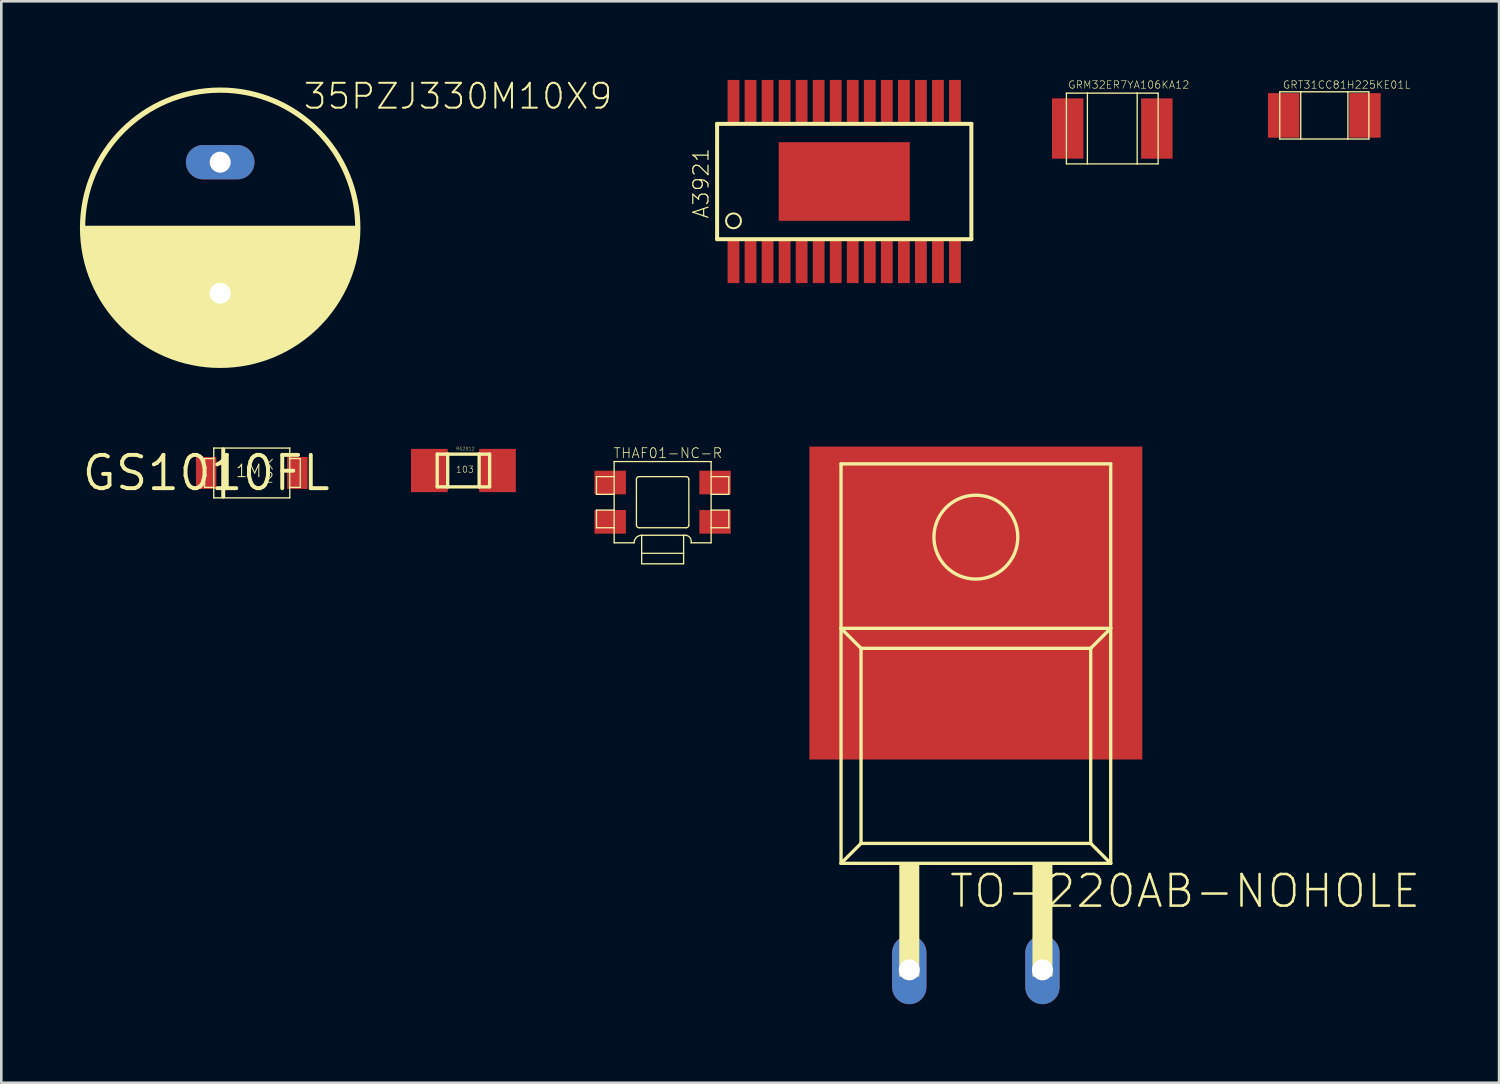
<source format=kicad_pcb>
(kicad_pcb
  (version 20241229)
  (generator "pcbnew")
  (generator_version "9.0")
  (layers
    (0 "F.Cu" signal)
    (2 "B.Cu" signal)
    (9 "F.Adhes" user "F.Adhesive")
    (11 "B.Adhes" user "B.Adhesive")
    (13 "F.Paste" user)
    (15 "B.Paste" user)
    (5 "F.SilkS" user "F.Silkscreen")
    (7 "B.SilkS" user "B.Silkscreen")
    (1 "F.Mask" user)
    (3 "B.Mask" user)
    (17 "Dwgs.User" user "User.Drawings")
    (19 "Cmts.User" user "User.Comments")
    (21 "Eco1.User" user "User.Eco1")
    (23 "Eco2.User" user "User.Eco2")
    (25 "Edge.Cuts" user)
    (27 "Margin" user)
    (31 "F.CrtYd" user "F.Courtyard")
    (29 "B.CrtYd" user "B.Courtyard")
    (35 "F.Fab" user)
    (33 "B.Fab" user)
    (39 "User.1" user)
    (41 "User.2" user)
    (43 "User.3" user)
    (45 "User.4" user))
  (footprint "RG2012"
    (layer "F.Cu")
    (at 13.33 14.9)
    (property "Reference" "RG2012" (at 1.016 -0.762 180) (layer "F.SilkS") (effects (font (size 0.121 0.121) (thickness 0.01)) (justify left bottom)))
    (attr through_hole)
    (fp_line (start 0.3 -0.625) (end 0.3 0.625) (stroke (width 0.127) (type solid)) (layer "F.SilkS"))
    (fp_line (start 0.3 0.625) (end 0.7 0.625) (stroke (width 0.127) (type solid)) (layer "F.SilkS"))
    (fp_line (start 0.7 -0.625) (end 0.3 -0.625) (stroke (width 0.127) (type solid)) (layer "F.SilkS"))
    (fp_line (start 0.7 -0.625) (end 0.7 0.625) (stroke (width 0.127) (type solid)) (layer "F.SilkS"))
    (fp_line (start 0.7 0.625) (end 1.9 0.625) (stroke (width 0.127) (type solid)) (layer "F.SilkS"))
    (fp_line (start 1.9 -0.625) (end 0.7 -0.625) (stroke (width 0.127) (type solid)) (layer "F.SilkS"))
    (fp_line (start 1.9 -0.625) (end 1.9 0.625) (stroke (width 0.127) (type solid)) (layer "F.SilkS"))
    (fp_line (start 1.9 0.625) (end 2.3 0.625) (stroke (width 0.127) (type solid)) (layer "F.SilkS"))
    (fp_line (start 2.3 -0.625) (end 1.9 -0.625) (stroke (width 0.127) (type solid)) (layer "F.SilkS"))
    (fp_line (start 2.3 0.625) (end 2.3 -0.625) (stroke (width 0.127) (type solid)) (layer "F.SilkS"))
    (fp_text user "103" (at 1 0.1 0) (layer "F.SilkS") (effects (font (size 0.241 0.241) (thickness 0.02)) (justify left bottom)))
    (pad "LEFT" smd rect (at 0 0) (size 1.4 1.65) (layers "F.Cu" "F.Mask" "F.Paste"))
    (pad "RIGHT" smd rect (at 2.6 0) (size 1.4 1.65) (layers "F.Cu" "F.Mask" "F.Paste")))
  (footprint "THAF01-NC-R"
    (layer "F.Cu")
    (at 20.23 16.859)
    (property "Reference" "THAF01-NC-R" (at 0.1 -2.4 0) (layer "F.SilkS") (effects (font (size 0.38 0.38) (thickness 0.03)) (justify left bottom)))
    (attr through_hole)
    (fp_line (start -0.525 -1.725) (end -0.525 -1.05) (stroke (width 0.05) (type solid)) (layer "F.SilkS"))
    (fp_line (start -0.525 -1.05) (end 0.15 -1.05) (stroke (width 0.05) (type solid)) (layer "F.SilkS"))
    (fp_line (start -0.525 -0.45) (end -0.525 0.225) (stroke (width 0.05) (type solid)) (layer "F.SilkS"))
    (fp_line (start -0.525 0.225) (end 0.15 0.225) (stroke (width 0.05) (type solid)) (layer "F.SilkS"))
    (fp_line (start 0.15 -2.3) (end 0.15 -1.725) (stroke (width 0.05) (type solid)) (layer "F.SilkS"))
    (fp_line (start 0.15 -2.3) (end 3.85 -2.3) (stroke (width 0.05) (type solid)) (layer "F.SilkS"))
    (fp_line (start 0.15 -1.725) (end -0.525 -1.725) (stroke (width 0.05) (type solid)) (layer "F.SilkS"))
    (fp_line (start 0.15 -1.05) (end 0.15 -1.725) (stroke (width 0.05) (type solid)) (layer "F.SilkS"))
    (fp_line (start 0.15 -1.05) (end 0.15 -0.45) (stroke (width 0.05) (type solid)) (layer "F.SilkS"))
    (fp_line (start 0.15 -0.45) (end -0.525 -0.45) (stroke (width 0.05) (type solid)) (layer "F.SilkS"))
    (fp_line (start 0.15 0.225) (end 0.15 -0.45) (stroke (width 0.05) (type solid)) (layer "F.SilkS"))
    (fp_line (start 0.15 0.225) (end 0.15 0.8) (stroke (width 0.05) (type solid)) (layer "F.SilkS"))
    (fp_line (start 0.15 0.8) (end 0.912 0.8) (stroke (width 0.05) (type solid)) (layer "F.SilkS"))
    (fp_line (start 1 -1.625) (end 1 0.125) (stroke (width 0.05) (type solid)) (layer "F.SilkS"))
    (fp_line (start 1.1 0.225) (end 2.9 0.225) (stroke (width 0.05) (type solid)) (layer "F.SilkS"))
    (fp_line (start 1.2 0.512) (end 1.2 1.2) (stroke (width 0.05) (type solid)) (layer "F.SilkS"))
    (fp_line (start 1.2 1.2) (end 1.2 1.6) (stroke (width 0.05) (type solid)) (layer "F.SilkS"))
    (fp_line (start 1.2 1.2) (end 2.8 1.2) (stroke (width 0.05) (type solid)) (layer "F.SilkS"))
    (fp_line (start 2.8 0.512) (end 1.2 0.512) (stroke (width 0.05) (type solid)) (layer "F.SilkS"))
    (fp_line (start 2.8 0.512) (end 2.8 1.2) (stroke (width 0.05) (type solid)) (layer "F.SilkS"))
    (fp_line (start 2.8 1.2) (end 2.8 1.6) (stroke (width 0.05) (type solid)) (layer "F.SilkS"))
    (fp_line (start 2.8 1.6) (end 1.2 1.6) (stroke (width 0.05) (type solid)) (layer "F.SilkS"))
    (fp_line (start 2.9 -1.725) (end 1.1 -1.725) (stroke (width 0.05) (type solid)) (layer "F.SilkS"))
    (fp_line (start 2.9 0.512) (end 2.8 0.512) (stroke (width 0.05) (type solid)) (layer "F.SilkS"))
    (fp_line (start 3 0.125) (end 3 -1.625) (stroke (width 0.05) (type solid)) (layer "F.SilkS"))
    (fp_line (start 3.85 -2.3) (end 3.85 -1.725) (stroke (width 0.05) (type solid)) (layer "F.SilkS"))
    (fp_line (start 3.85 -1.725) (end 3.85 -1.05) (stroke (width 0.05) (type solid)) (layer "F.SilkS"))
    (fp_line (start 3.85 -1.05) (end 3.85 -0.45) (stroke (width 0.05) (type solid)) (layer "F.SilkS"))
    (fp_line (start 3.85 -1.05) (end 4.525 -1.05) (stroke (width 0.05) (type solid)) (layer "F.SilkS"))
    (fp_line (start 3.85 -0.45) (end 3.85 0.225) (stroke (width 0.05) (type solid)) (layer "F.SilkS"))
    (fp_line (start 3.85 0.225) (end 3.85 0.8) (stroke (width 0.05) (type solid)) (layer "F.SilkS"))
    (fp_line (start 3.85 0.225) (end 4.525 0.225) (stroke (width 0.05) (type solid)) (layer "F.SilkS"))
    (fp_line (start 3.85 0.8) (end 3.087 0.8) (stroke (width 0.05) (type solid)) (layer "F.SilkS"))
    (fp_line (start 4.525 -1.725) (end 3.85 -1.725) (stroke (width 0.05) (type solid)) (layer "F.SilkS"))
    (fp_line (start 4.525 -1.05) (end 4.525 -1.725) (stroke (width 0.05) (type solid)) (layer "F.SilkS"))
    (fp_line (start 4.525 -0.45) (end 3.85 -0.45) (stroke (width 0.05) (type solid)) (layer "F.SilkS"))
    (fp_line (start 4.525 0.225) (end 4.525 -0.45) (stroke (width 0.05) (type solid)) (layer "F.SilkS"))
    (fp_arc (start 0.9125 0.8) (mid 0.996707 0.596707) (end 1.2 0.5125) (stroke (width 0.05) (type solid)) (layer "F.SilkS"))
    (fp_arc (start 1 -1.625) (mid 1.029289 -1.695711) (end 1.1 -1.725) (stroke (width 0.05) (type solid)) (layer "F.SilkS"))
    (fp_arc (start 1.100001 0.224999) (mid 1.02929 0.19571) (end 1 0.125) (stroke (width 0.05) (type solid)) (layer "F.SilkS"))
    (fp_arc (start 2.9 -1.725) (mid 2.970711 -1.695711) (end 3 -1.625) (stroke (width 0.05) (type solid)) (layer "F.SilkS"))
    (fp_arc (start 2.9 0.5125) (mid 3.053293 0.617417) (end 3.0875 0.8) (stroke (width 0.05) (type solid)) (layer "F.SilkS"))
    (fp_arc (start 3.000001 0.124999) (mid 2.970711 0.19571) (end 2.9 0.225) (stroke (width 0.05) (type solid)) (layer "F.SilkS"))
    (pad "1" smd rect (at 0 -1.5) (size 1.2 0.9) (layers "F.Cu" "F.Mask" "F.Paste"))
    (pad "2" smd rect (at 4 -1.5) (size 1.2 0.9) (layers "F.Cu" "F.Mask" "F.Paste"))
    (pad "3" smd rect (at 0 0) (size 1.2 0.9) (layers "F.Cu" "F.Mask" "F.Paste"))
    (pad "4" smd rect (at 4 0) (size 1.2 0.9) (layers "F.Cu" "F.Mask" "F.Paste")))
  (footprint "GRM32ER7YA106KA12"
    (layer "F.Cu")
    (at 39.384 1.853)
    (property "Reference" "GRM32ER7YA106KA12" (at -1.7 -1.5 0) (layer "F.SilkS") (effects (font (size 0.285 0.285) (thickness 0.023)) (justify left bottom)))
    (attr through_hole)
    (fp_line (start -1.75 -1.35) (end -0.95 -1.35) (stroke (width 0.05) (type solid)) (layer "F.SilkS"))
    (fp_line (start -1.75 1.35) (end -1.75 -1.35) (stroke (width 0.05) (type solid)) (layer "F.SilkS"))
    (fp_line (start -0.95 -1.35) (end -0.95 1.35) (stroke (width 0.05) (type solid)) (layer "F.SilkS"))
    (fp_line (start -0.95 -1.35) (end 0.95 -1.35) (stroke (width 0.05) (type solid)) (layer "F.SilkS"))
    (fp_line (start -0.95 1.35) (end -1.75 1.35) (stroke (width 0.05) (type solid)) (layer "F.SilkS"))
    (fp_line (start 0.95 -1.35) (end 0.95 1.35) (stroke (width 0.05) (type solid)) (layer "F.SilkS"))
    (fp_line (start 0.95 -1.35) (end 1.75 -1.35) (stroke (width 0.05) (type solid)) (layer "F.SilkS"))
    (fp_line (start 0.95 1.35) (end -0.95 1.35) (stroke (width 0.05) (type solid)) (layer "F.SilkS"))
    (fp_line (start 1.75 -1.35) (end 1.75 1.35) (stroke (width 0.05) (type solid)) (layer "F.SilkS"))
    (fp_line (start 1.75 1.35) (end 0.95 1.35) (stroke (width 0.05) (type solid)) (layer "F.SilkS"))
    (pad "P$1" smd rect (at -1.7 0) (size 1.2 2.3) (layers "F.Cu" "F.Mask" "F.Paste"))
    (pad "P$2" smd rect (at 1.7 0) (size 1.2 2.3) (layers "F.Cu" "F.Mask" "F.Paste")))
  (footprint "GS1010FL"
    (layer "F.Cu")
    (at 4.815 14.994)
    (property "Reference" "GS1010FL" (at 0 0 0) (layer "F.SilkS") (effects (font (size 1.27 1.27) (thickness 0.15))))
    (attr through_hole)
    (fp_line (start -0.06 -0.55) (end 0.29 -0.55) (stroke (width 0.05) (type solid)) (layer "F.SilkS"))
    (fp_line (start -0.06 0.55) (end -0.06 -0.55) (stroke (width 0.05) (type solid)) (layer "F.SilkS"))
    (fp_line (start 0.29 -0.95) (end 0.29 -0.55) (stroke (width 0.05) (type solid)) (layer "F.SilkS"))
    (fp_line (start 0.29 -0.95) (end 3.19 -0.95) (stroke (width 0.05) (type solid)) (layer "F.SilkS"))
    (fp_line (start 0.29 -0.55) (end 0.29 0.55) (stroke (width 0.05) (type solid)) (layer "F.SilkS"))
    (fp_line (start 0.29 0.55) (end -0.06 0.55) (stroke (width 0.05) (type solid)) (layer "F.SilkS"))
    (fp_line (start 0.29 0.55) (end 0.29 0.95) (stroke (width 0.05) (type solid)) (layer "F.SilkS"))
    (fp_line (start 0.652 -0.9) (end 0.652 0.9) (stroke (width 0.152) (type solid)) (layer "F.SilkS"))
    (fp_line (start 3.19 -0.95) (end 3.19 -0.55) (stroke (width 0.05) (type solid)) (layer "F.SilkS"))
    (fp_line (start 3.19 -0.55) (end 3.19 0.55) (stroke (width 0.05) (type solid)) (layer "F.SilkS"))
    (fp_line (start 3.19 0.55) (end 3.19 0.95) (stroke (width 0.05) (type solid)) (layer "F.SilkS"))
    (fp_line (start 3.19 0.55) (end 3.59 0.55) (stroke (width 0.05) (type solid)) (layer "F.SilkS"))
    (fp_line (start 3.19 0.95) (end 0.29 0.95) (stroke (width 0.05) (type solid)) (layer "F.SilkS"))
    (fp_line (start 3.59 -0.55) (end 3.19 -0.55) (stroke (width 0.05) (type solid)) (layer "F.SilkS"))
    (fp_line (start 3.59 0.55) (end 3.59 -0.55) (stroke (width 0.05) (type solid)) (layer "F.SilkS"))
    (fp_text user "2" (at 2.2 0.4 0) (layer "F.SilkS") (effects (font (size 0.38 0.38) (thickness 0.032)) (justify left bottom)))
    (fp_text user "1M" (at 1.1 0.2 0) (layer "F.SilkS") (effects (font (size 0.475 0.475) (thickness 0.04)) (justify left bottom)))
    (fp_text user "K" (at 2.2 -0.1 0) (layer "F.SilkS") (effects (font (size 0.38 0.38) (thickness 0.032)) (justify left bottom)))
    (pad "A" smd rect (at 3.48 0) (size 0.78 1.22) (layers "F.Cu" "F.Mask" "F.Paste"))
    (pad "C" smd rect (at 0 0) (size 0.78 1.22) (layers "F.Cu" "F.Mask" "F.Paste")))
  (footprint "GRT31CC81H225KE01L"
    (layer "F.Cu")
    (at 47.474 1.353)
    (property "Reference" "GRT31CC81H225KE01L" (at -1.6 -1 0) (layer "F.SilkS") (effects (font (size 0.285 0.285) (thickness 0.023)) (justify left bottom)))
    (attr through_hole)
    (fp_line (start -1.7 -0.9) (end -1.7 0.9) (stroke (width 0.05) (type solid)) (layer "F.SilkS"))
    (fp_line (start -1.7 0.9) (end -0.9 0.9) (stroke (width 0.05) (type solid)) (layer "F.SilkS"))
    (fp_line (start -0.9 -0.9) (end -1.7 -0.9) (stroke (width 0.05) (type solid)) (layer "F.SilkS"))
    (fp_line (start -0.9 -0.9) (end -0.9 0.9) (stroke (width 0.05) (type solid)) (layer "F.SilkS"))
    (fp_line (start -0.9 0.9) (end 0.9 0.9) (stroke (width 0.05) (type solid)) (layer "F.SilkS"))
    (fp_line (start 0.9 -0.9) (end -0.9 -0.9) (stroke (width 0.05) (type solid)) (layer "F.SilkS"))
    (fp_line (start 0.9 -0.9) (end 0.9 0.9) (stroke (width 0.05) (type solid)) (layer "F.SilkS"))
    (fp_line (start 0.9 0.9) (end 1.7 0.9) (stroke (width 0.05) (type solid)) (layer "F.SilkS"))
    (fp_line (start 1.7 -0.9) (end 0.9 -0.9) (stroke (width 0.05) (type solid)) (layer "F.SilkS"))
    (fp_line (start 1.7 0.9) (end 1.7 -0.9) (stroke (width 0.05) (type solid)) (layer "F.SilkS"))
    (pad "P$1" smd rect (at -1.55 0) (size 1.2 1.7) (layers "F.Cu" "F.Mask" "F.Paste"))
    (pad "P$2" smd rect (at 1.55 0) (size 1.2 1.7) (layers "F.Cu" "F.Mask" "F.Paste")))
  (footprint "TO-220AB-NOHOLE"
    (layer "F.Cu")
    (at 34.18 28.872)
    (property "Reference" "TO-220AB-NOHOLE" (at -1.07 2.78 180) (layer "F.SilkS") (effects (font (size 1.206 1.206) (thickness 0.097)) (justify left bottom)))
    (attr through_hole)
    (fp_line (start -5.144 -14.224) (end 5.144 -14.224) (stroke (width 0.127) (type solid)) (layer "F.SilkS"))
    (fp_line (start -5.144 -7.95) (end -5.144 -14.224) (stroke (width 0.127) (type solid)) (layer "F.SilkS"))
    (fp_line (start -5.144 -7.95) (end -5.144 1.016) (stroke (width 0.127) (type solid)) (layer "F.SilkS"))
    (fp_line (start -5.144 -7.95) (end -4.381 -7.188) (stroke (width 0.127) (type solid)) (layer "F.SilkS"))
    (fp_line (start -5.144 1.016) (end -4.381 0.254) (stroke (width 0.127) (type solid)) (layer "F.SilkS"))
    (fp_line (start -5.144 1.016) (end 5.144 1.016) (stroke (width 0.127) (type solid)) (layer "F.SilkS"))
    (fp_line (start -4.381 -7.188) (end -4.381 0.254) (stroke (width 0.127) (type solid)) (layer "F.SilkS"))
    (fp_line (start -4.381 0.254) (end 4.381 0.254) (stroke (width 0.127) (type solid)) (layer "F.SilkS"))
    (fp_line (start 4.381 -7.188) (end -4.381 -7.188) (stroke (width 0.127) (type solid)) (layer "F.SilkS"))
    (fp_line (start 4.381 0.254) (end 4.381 -7.188) (stroke (width 0.127) (type solid)) (layer "F.SilkS"))
    (fp_line (start 5.144 -14.224) (end 5.144 -7.95) (stroke (width 0.127) (type solid)) (layer "F.SilkS"))
    (fp_line (start 5.144 -7.95) (end -5.144 -7.95) (stroke (width 0.127) (type solid)) (layer "F.SilkS"))
    (fp_line (start 5.144 -7.95) (end 4.381 -7.188) (stroke (width 0.127) (type solid)) (layer "F.SilkS"))
    (fp_line (start 5.144 1.016) (end 4.381 0.254) (stroke (width 0.127) (type solid)) (layer "F.SilkS"))
    (fp_line (start 5.144 1.016) (end 5.144 -7.95) (stroke (width 0.127) (type solid)) (layer "F.SilkS"))
    (fp_circle (center 0 -11.43) (end 1.6 -11.43) (stroke (width 0.127) (type solid)) (fill no) (layer "F.SilkS"))
    (fp_poly (pts (xy -2.921 5.334) (xy -2.159 5.334) (xy -2.159 1.016) (xy -2.921 1.016)) (stroke (width 0) (type solid)) (fill yes) (layer "F.SilkS"))
    (fp_poly (pts (xy 2.159 5.334) (xy 2.921 5.334) (xy 2.921 1.016) (xy 2.159 1.016)) (stroke (width 0) (type solid)) (fill yes) (layer "F.SilkS"))
    (pad "DRAIN" smd rect (at 0 -8.915) (size 12.7 11.938) (layers "F.Cu" "F.Mask" "F.Paste"))
    (pad "GATE" thru_hole oval (at -2.54 5.08 90) (size 2.616 1.308) (drill 0.8) (layers "*.Cu" "*.Mask"))
    (pad "SOURCE" thru_hole oval (at 2.54 5.08 90) (size 2.616 1.308) (drill 0.8) (layers "*.Cu" "*.Mask")))
  (footprint "35PZJ330M10X9"
    (layer "F.Cu")
    (at 5.35 5.638)
    (property "Reference" "35PZJ330M10X9" (at 3.12 -4.46 180) (layer "F.SilkS") (effects (font (size 0.95 0.95) (thickness 0.076)) (justify left bottom)))
    (attr through_hole)
    (fp_line (start -5.25 0) (end 5.25 0) (stroke (width 0.152) (type solid)) (layer "F.SilkS"))
    (fp_circle (center 0 0) (end 5.25 0) (stroke (width 0.2) (type solid)) (fill no) (layer "F.SilkS"))
    (fp_poly (pts (xy 5.25 0) (xy -5.25 0) (xy -5.228 0.484) (xy -5.161 0.965) (xy -5.05 1.437) (xy -4.895 1.897) (xy -4.7 2.34) (xy -4.464 2.764) (xy -4.19 3.164) (xy -3.88 3.537) (xy -3.537 3.88) (xy -3.164 4.19) (xy -2.764 4.464) (xy -2.34 4.7) (xy -1.897 4.895) (xy -1.437 5.05) (xy -0.965 5.161) (xy 0 5.25) (xy 0.484 5.228) (xy 0.965 5.161) (xy 1.437 5.05) (xy 1.897 4.895) (xy 2.34 4.7) (xy 2.764 4.464) (xy 3.164 4.19) (xy 3.537 3.88) (xy 3.88 3.537) (xy 4.19 3.164) (xy 4.464 2.764) (xy 4.7 2.34) (xy 4.895 1.897) (xy 5.05 1.437) (xy 5.161 0.965) (xy 5.228 0.484)) (stroke (width 0) (type solid)) (fill yes) (layer "F.SilkS"))
    (pad "A" thru_hole oval (at 0 -2.5) (size 2.616 1.308) (drill 0.8) (layers "*.Cu" "*.Mask"))
    (pad "C" thru_hole oval (at 0 2.5) (size 2.616 1.308) (drill 0.8) (layers "*.Cu" "*.Mask")))
  (footprint "A3921"
    (layer "F.Cu")
    (at 24.933 6.025)
    (property "Reference" "A3921" (at -0.9 -0.7 270) (layer "F.SilkS") (effects (font (size 0.579 0.579) (thickness 0.046)) (justify left bottom)))
    (attr through_hole)
    (fp_line (start -0.625 -4.35) (end 9.075 -4.35) (stroke (width 0.152) (type solid)) (layer "F.SilkS"))
    (fp_line (start -0.625 0.05) (end -0.625 -4.35) (stroke (width 0.152) (type solid)) (layer "F.SilkS"))
    (fp_line (start 9.075 -4.35) (end 9.075 0.05) (stroke (width 0.152) (type solid)) (layer "F.SilkS"))
    (fp_line (start 9.075 0.05) (end -0.625 0.05) (stroke (width 0.152) (type solid)) (layer "F.SilkS"))
    (fp_circle (center 0 -0.65) (end 0.283 -0.65) (stroke (width 0.076) (type solid)) (fill no) (layer "F.SilkS"))
    (pad "1" smd rect (at 0 0.9) (size 0.45 1.65) (layers "F.Cu" "F.Mask" "F.Paste"))
    (pad "2" smd rect (at 0.65 0.9) (size 0.45 1.65) (layers "F.Cu" "F.Mask" "F.Paste"))
    (pad "3" smd rect (at 1.3 0.9) (size 0.45 1.65) (layers "F.Cu" "F.Mask" "F.Paste"))
    (pad "4" smd rect (at 1.95 0.9) (size 0.45 1.65) (layers "F.Cu" "F.Mask" "F.Paste"))
    (pad "5" smd rect (at 2.6 0.9) (size 0.45 1.65) (layers "F.Cu" "F.Mask" "F.Paste"))
    (pad "6" smd rect (at 3.25 0.9) (size 0.45 1.65) (layers "F.Cu" "F.Mask" "F.Paste"))
    (pad "7" smd rect (at 3.9 0.9) (size 0.45 1.65) (layers "F.Cu" "F.Mask" "F.Paste"))
    (pad "8" smd rect (at 4.55 0.9) (size 0.45 1.65) (layers "F.Cu" "F.Mask" "F.Paste"))
    (pad "9" smd rect (at 5.2 0.9) (size 0.45 1.65) (layers "F.Cu" "F.Mask" "F.Paste"))
    (pad "10" smd rect (at 5.85 0.9) (size 0.45 1.65) (layers "F.Cu" "F.Mask" "F.Paste"))
    (pad "11" smd rect (at 6.5 0.9) (size 0.45 1.65) (layers "F.Cu" "F.Mask" "F.Paste"))
    (pad "12" smd rect (at 7.15 0.9) (size 0.45 1.65) (layers "F.Cu" "F.Mask" "F.Paste"))
    (pad "13" smd rect (at 7.8 0.9) (size 0.45 1.65) (layers "F.Cu" "F.Mask" "F.Paste"))
    (pad "14" smd rect (at 8.45 0.9) (size 0.45 1.65) (layers "F.Cu" "F.Mask" "F.Paste"))
    (pad "15" smd rect (at 8.45 -5.2) (size 0.45 1.65) (layers "F.Cu" "F.Mask" "F.Paste"))
    (pad "16" smd rect (at 7.8 -5.2) (size 0.45 1.65) (layers "F.Cu" "F.Mask" "F.Paste"))
    (pad "17" smd rect (at 7.15 -5.2) (size 0.45 1.65) (layers "F.Cu" "F.Mask" "F.Paste"))
    (pad "18" smd rect (at 6.5 -5.2) (size 0.45 1.65) (layers "F.Cu" "F.Mask" "F.Paste"))
    (pad "19" smd rect (at 5.85 -5.2) (size 0.45 1.65) (layers "F.Cu" "F.Mask" "F.Paste"))
    (pad "20" smd rect (at 5.2 -5.2) (size 0.45 1.65) (layers "F.Cu" "F.Mask" "F.Paste"))
    (pad "21" smd rect (at 4.55 -5.2) (size 0.45 1.65) (layers "F.Cu" "F.Mask" "F.Paste"))
    (pad "22" smd rect (at 3.9 -5.2) (size 0.45 1.65) (layers "F.Cu" "F.Mask" "F.Paste"))
    (pad "23" smd rect (at 3.25 -5.2) (size 0.45 1.65) (layers "F.Cu" "F.Mask" "F.Paste"))
    (pad "24" smd rect (at 2.6 -5.2) (size 0.45 1.65) (layers "F.Cu" "F.Mask" "F.Paste"))
    (pad "25" smd rect (at 1.95 -5.2) (size 0.45 1.65) (layers "F.Cu" "F.Mask" "F.Paste"))
    (pad "26" smd rect (at 1.3 -5.2) (size 0.45 1.65) (layers "F.Cu" "F.Mask" "F.Paste"))
    (pad "27" smd rect (at 0.65 -5.2) (size 0.45 1.65) (layers "F.Cu" "F.Mask" "F.Paste"))
    (pad "28" smd rect (at 0 -5.2) (size 0.45 1.65) (layers "F.Cu" "F.Mask" "F.Paste"))
    (pad "PAD" smd rect (at 4.225 -2.15) (size 5 3) (layers "F.Cu" "F.Mask" "F.Paste")))
  (gr_rect
    (start -3 -3)
    (end 54.141 38.26)
    (stroke (width 0.1) (type default))
    (fill no)
    (layer "Edge.Cuts")))
</source>
